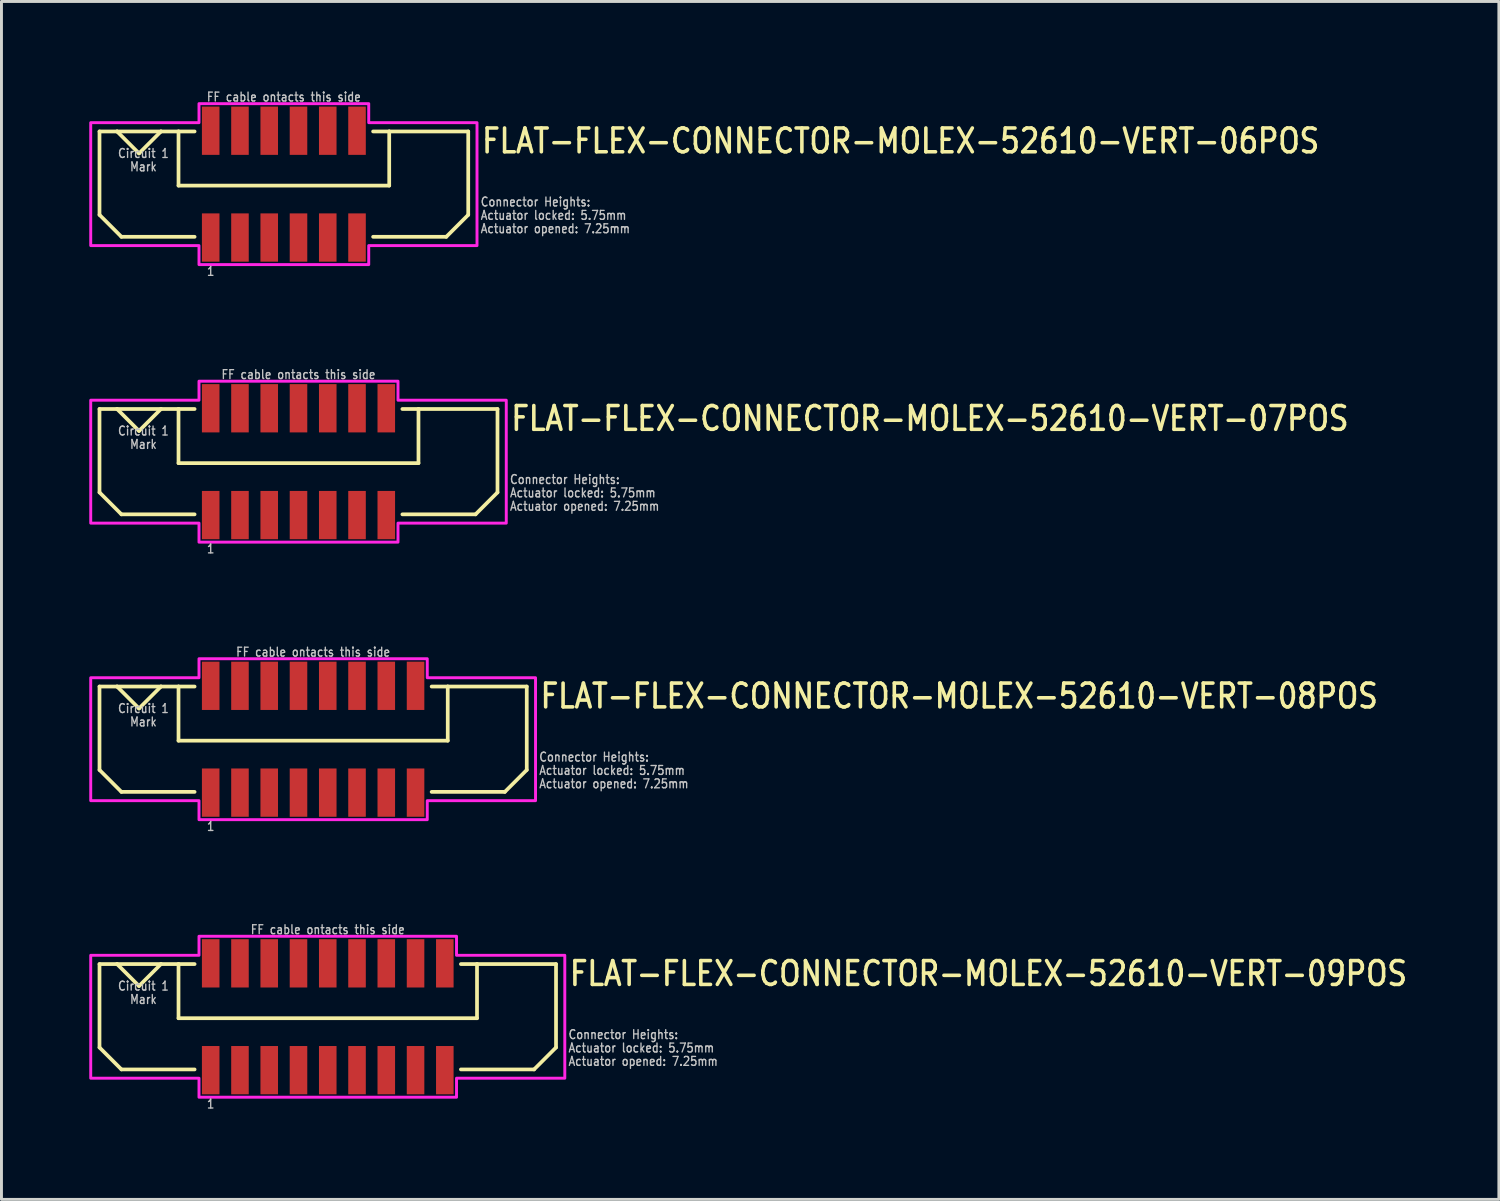
<source format=kicad_pcb>
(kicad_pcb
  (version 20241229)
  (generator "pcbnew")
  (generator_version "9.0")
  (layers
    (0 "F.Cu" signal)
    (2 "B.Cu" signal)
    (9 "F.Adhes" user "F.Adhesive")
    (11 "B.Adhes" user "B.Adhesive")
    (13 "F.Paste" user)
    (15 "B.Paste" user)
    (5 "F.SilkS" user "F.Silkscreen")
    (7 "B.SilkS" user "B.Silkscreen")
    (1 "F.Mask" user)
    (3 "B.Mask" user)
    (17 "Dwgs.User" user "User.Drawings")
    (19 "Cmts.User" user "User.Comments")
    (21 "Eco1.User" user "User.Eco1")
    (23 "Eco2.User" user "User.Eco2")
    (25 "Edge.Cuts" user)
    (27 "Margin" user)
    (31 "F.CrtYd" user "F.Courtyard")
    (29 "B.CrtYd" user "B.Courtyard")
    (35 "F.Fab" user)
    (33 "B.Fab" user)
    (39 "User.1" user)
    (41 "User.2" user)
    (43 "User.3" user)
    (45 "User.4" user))
  (footprint "FLAT-FLEX-CONNECTOR-MOLEX-52610-VERT-06POS"
    (layer "F.Cu")
    (at 6.65 3.242)
    (property "Reference" "FLAT-FLEX-CONNECTOR-MOLEX-52610-VERT-06POS" (at 6.7 -1 0) (unlocked yes) (layer "F.SilkS") (effects (font (size 0.813 0.695) (thickness 0.122)) (justify left bottom)))
    (fp_line (start -6.3 -1.8) (end -6.3 1.05) (stroke (width 0.127) (type solid)) (layer "F.SilkS"))
    (fp_line (start -6.3 1.05) (end -5.55 1.8) (stroke (width 0.127) (type solid)) (layer "F.SilkS"))
    (fp_line (start -5.7 -1.8) (end -6.3 -1.8) (stroke (width 0.127) (type solid)) (layer "F.SilkS"))
    (fp_line (start -5.7 -1.8) (end -4.95 -1.05) (stroke (width 0.127) (type solid)) (layer "F.SilkS"))
    (fp_line (start -5.55 1.8) (end -3.05 1.8) (stroke (width 0.127) (type solid)) (layer "F.SilkS"))
    (fp_line (start -4.95 -1.05) (end -4.2 -1.8) (stroke (width 0.127) (type solid)) (layer "F.SilkS"))
    (fp_line (start -4.2 -1.8) (end -5.7 -1.8) (stroke (width 0.127) (type solid)) (layer "F.SilkS"))
    (fp_line (start -3.6 -1.8) (end -4.2 -1.8) (stroke (width 0.127) (type solid)) (layer "F.SilkS"))
    (fp_line (start -3.6 -1.8) (end -3.6 0.05) (stroke (width 0.127) (type solid)) (layer "F.SilkS"))
    (fp_line (start -3.6 0.05) (end 3.6 0.05) (stroke (width 0.127) (type solid)) (layer "F.SilkS"))
    (fp_line (start -3.05 -1.8) (end -3.6 -1.8) (stroke (width 0.127) (type solid)) (layer "F.SilkS"))
    (fp_line (start 3.05 -1.8) (end 3.6 -1.8) (stroke (width 0.127) (type solid)) (layer "F.SilkS"))
    (fp_line (start 3.6 -1.8) (end 6.3 -1.8) (stroke (width 0.127) (type solid)) (layer "F.SilkS"))
    (fp_line (start 3.6 0.05) (end 3.6 -1.8) (stroke (width 0.127) (type solid)) (layer "F.SilkS"))
    (fp_line (start 5.55 1.8) (end 3.05 1.8) (stroke (width 0.127) (type solid)) (layer "F.SilkS"))
    (fp_line (start 6.3 -1.8) (end 6.3 1.05) (stroke (width 0.127) (type solid)) (layer "F.SilkS"))
    (fp_line (start 6.3 1.05) (end 5.55 1.8) (stroke (width 0.127) (type solid)) (layer "F.SilkS"))
    (fp_poly (pts (xy -6.6 -2.1) (xy -2.9 -2.1) (xy -2.9 -2.75) (xy 2.9 -2.75) (xy 2.9 -2.1) (xy 6.6 -2.1) (xy 6.6 2.1) (xy 2.9 2.1) (xy 2.9 2.75) (xy -2.9 2.75) (xy -2.9 2.1) (xy -6.6 2.1)) (stroke (width 0.1) (type solid)) (fill no) (layer "F.CrtYd"))
    (fp_text user "1" (at -2.5 2.8 0) (unlocked yes) (layer "Dwgs.User") (effects (font (size 0.305 0.261) (thickness 0.046)) (justify top)))
    (fp_text user "Actuator opened: 7.25mm" (at 6.7 1.7 0) (unlocked yes) (layer "Dwgs.User") (effects (font (size 0.305 0.261) (thickness 0.046)) (justify left bottom)))
    (fp_text user "Circuit 1" (at -4.8 -1.229 0) (unlocked yes) (layer "Dwgs.User") (effects (font (size 0.305 0.261) (thickness 0.046)) (justify top)))
    (fp_text user "Mark" (at -4.8 -0.771 0) (unlocked yes) (layer "Dwgs.User") (effects (font (size 0.305 0.261) (thickness 0.046)) (justify top)))
    (fp_text user "Connector Heights:" (at 6.7 0.786 0) (unlocked yes) (layer "Dwgs.User") (effects (font (size 0.305 0.261) (thickness 0.046)) (justify left bottom)))
    (fp_text user "Actuator locked: 5.75mm" (at 6.7 1.243 0) (unlocked yes) (layer "Dwgs.User") (effects (font (size 0.305 0.261) (thickness 0.046)) (justify left bottom)))
    (fp_text user "FF cable ontacts this side" (at 0 -2.8 0) (unlocked yes) (layer "Dwgs.User") (effects (font (size 0.305 0.261) (thickness 0.046)) (justify bottom)))
    (pad "PC1" smd rect (at -2.5 -1.825) (size 0.6 1.65) (layers "F.Cu" "F.Mask" "F.Paste"))
    (pad "PC2" smd rect (at -1.5 -1.825) (size 0.6 1.65) (layers "F.Cu" "F.Mask" "F.Paste"))
    (pad "PC3" smd rect (at -0.5 -1.825) (size 0.6 1.65) (layers "F.Cu" "F.Mask" "F.Paste"))
    (pad "PC4" smd rect (at 0.5 -1.825) (size 0.6 1.65) (layers "F.Cu" "F.Mask" "F.Paste"))
    (pad "PC5" smd rect (at 1.5 -1.825) (size 0.6 1.65) (layers "F.Cu" "F.Mask" "F.Paste"))
    (pad "PC6" smd rect (at 2.5 -1.825) (size 0.6 1.65) (layers "F.Cu" "F.Mask" "F.Paste"))
    (pad "PS1" smd rect (at -2.5 1.825) (size 0.6 1.65) (layers "F.Cu" "F.Mask" "F.Paste"))
    (pad "PS2" smd rect (at -1.5 1.825) (size 0.6 1.65) (layers "F.Cu" "F.Mask" "F.Paste"))
    (pad "PS3" smd rect (at -0.5 1.825) (size 0.6 1.65) (layers "F.Cu" "F.Mask" "F.Paste"))
    (pad "PS4" smd rect (at 0.5 1.825) (size 0.6 1.65) (layers "F.Cu" "F.Mask" "F.Paste"))
    (pad "PS5" smd rect (at 1.5 1.825) (size 0.6 1.65) (layers "F.Cu" "F.Mask" "F.Paste"))
    (pad "PS6" smd rect (at 2.5 1.825) (size 0.6 1.65) (layers "F.Cu" "F.Mask" "F.Paste")))
  (footprint "FLAT-FLEX-CONNECTOR-MOLEX-52610-VERT-08POS"
    (layer "F.Cu")
    (at 7.65 22.21)
    (property "Reference" "FLAT-FLEX-CONNECTOR-MOLEX-52610-VERT-08POS" (at 7.7 -1 0) (unlocked yes) (layer "F.SilkS") (effects (font (size 0.813 0.695) (thickness 0.122)) (justify left bottom)))
    (fp_line (start -7.3 -1.8) (end -7.3 1.05) (stroke (width 0.127) (type solid)) (layer "F.SilkS"))
    (fp_line (start -7.3 1.05) (end -6.55 1.8) (stroke (width 0.127) (type solid)) (layer "F.SilkS"))
    (fp_line (start -6.7 -1.8) (end -7.3 -1.8) (stroke (width 0.127) (type solid)) (layer "F.SilkS"))
    (fp_line (start -6.7 -1.8) (end -5.95 -1.05) (stroke (width 0.127) (type solid)) (layer "F.SilkS"))
    (fp_line (start -6.55 1.8) (end -4.05 1.8) (stroke (width 0.127) (type solid)) (layer "F.SilkS"))
    (fp_line (start -5.95 -1.05) (end -5.2 -1.8) (stroke (width 0.127) (type solid)) (layer "F.SilkS"))
    (fp_line (start -5.2 -1.8) (end -6.7 -1.8) (stroke (width 0.127) (type solid)) (layer "F.SilkS"))
    (fp_line (start -4.6 -1.8) (end -5.2 -1.8) (stroke (width 0.127) (type solid)) (layer "F.SilkS"))
    (fp_line (start -4.6 -1.8) (end -4.6 0.05) (stroke (width 0.127) (type solid)) (layer "F.SilkS"))
    (fp_line (start -4.6 0.05) (end 4.6 0.05) (stroke (width 0.127) (type solid)) (layer "F.SilkS"))
    (fp_line (start -4.05 -1.8) (end -4.6 -1.8) (stroke (width 0.127) (type solid)) (layer "F.SilkS"))
    (fp_line (start 4.05 -1.8) (end 4.6 -1.8) (stroke (width 0.127) (type solid)) (layer "F.SilkS"))
    (fp_line (start 4.6 -1.8) (end 7.3 -1.8) (stroke (width 0.127) (type solid)) (layer "F.SilkS"))
    (fp_line (start 4.6 0.05) (end 4.6 -1.8) (stroke (width 0.127) (type solid)) (layer "F.SilkS"))
    (fp_line (start 6.55 1.8) (end 4.05 1.8) (stroke (width 0.127) (type solid)) (layer "F.SilkS"))
    (fp_line (start 7.3 -1.8) (end 7.3 1.05) (stroke (width 0.127) (type solid)) (layer "F.SilkS"))
    (fp_line (start 7.3 1.05) (end 6.55 1.8) (stroke (width 0.127) (type solid)) (layer "F.SilkS"))
    (fp_poly (pts (xy -7.6 -2.1) (xy -3.9 -2.1) (xy -3.9 -2.75) (xy 3.9 -2.75) (xy 3.9 -2.1) (xy 7.6 -2.1) (xy 7.6 2.1) (xy 3.9 2.1) (xy 3.9 2.75) (xy -3.9 2.75) (xy -3.9 2.1) (xy -7.6 2.1)) (stroke (width 0.1) (type solid)) (fill no) (layer "F.CrtYd"))
    (fp_text user "1" (at -3.5 2.8 0) (unlocked yes) (layer "Dwgs.User") (effects (font (size 0.305 0.261) (thickness 0.046)) (justify top)))
    (fp_text user "Actuator opened: 7.25mm" (at 7.7 1.7 0) (unlocked yes) (layer "Dwgs.User") (effects (font (size 0.305 0.261) (thickness 0.046)) (justify left bottom)))
    (fp_text user "Connector Heights:" (at 7.7 0.786 0) (unlocked yes) (layer "Dwgs.User") (effects (font (size 0.305 0.261) (thickness 0.046)) (justify left bottom)))
    (fp_text user "Actuator locked: 5.75mm" (at 7.7 1.243 0) (unlocked yes) (layer "Dwgs.User") (effects (font (size 0.305 0.261) (thickness 0.046)) (justify left bottom)))
    (fp_text user "Mark" (at -5.8 -0.771 0) (unlocked yes) (layer "Dwgs.User") (effects (font (size 0.305 0.261) (thickness 0.046)) (justify top)))
    (fp_text user "Circuit 1" (at -5.8 -1.229 0) (unlocked yes) (layer "Dwgs.User") (effects (font (size 0.305 0.261) (thickness 0.046)) (justify top)))
    (fp_text user "FF cable ontacts this side" (at 0 -2.8 0) (unlocked yes) (layer "Dwgs.User") (effects (font (size 0.305 0.261) (thickness 0.046)) (justify bottom)))
    (pad "PC1" smd rect (at -3.5 -1.825) (size 0.6 1.65) (layers "F.Cu" "F.Mask" "F.Paste"))
    (pad "PC2" smd rect (at -2.5 -1.825) (size 0.6 1.65) (layers "F.Cu" "F.Mask" "F.Paste"))
    (pad "PC3" smd rect (at -1.5 -1.825) (size 0.6 1.65) (layers "F.Cu" "F.Mask" "F.Paste"))
    (pad "PC4" smd rect (at -0.5 -1.825) (size 0.6 1.65) (layers "F.Cu" "F.Mask" "F.Paste"))
    (pad "PC5" smd rect (at 0.5 -1.825) (size 0.6 1.65) (layers "F.Cu" "F.Mask" "F.Paste"))
    (pad "PC6" smd rect (at 1.5 -1.825) (size 0.6 1.65) (layers "F.Cu" "F.Mask" "F.Paste"))
    (pad "PC7" smd rect (at 2.5 -1.825) (size 0.6 1.65) (layers "F.Cu" "F.Mask" "F.Paste"))
    (pad "PC8" smd rect (at 3.5 -1.825) (size 0.6 1.65) (layers "F.Cu" "F.Mask" "F.Paste"))
    (pad "PS1" smd rect (at -3.5 1.825) (size 0.6 1.65) (layers "F.Cu" "F.Mask" "F.Paste"))
    (pad "PS2" smd rect (at -2.5 1.825) (size 0.6 1.65) (layers "F.Cu" "F.Mask" "F.Paste"))
    (pad "PS3" smd rect (at -1.5 1.825) (size 0.6 1.65) (layers "F.Cu" "F.Mask" "F.Paste"))
    (pad "PS4" smd rect (at -0.5 1.825) (size 0.6 1.65) (layers "F.Cu" "F.Mask" "F.Paste"))
    (pad "PS5" smd rect (at 0.5 1.825) (size 0.6 1.65) (layers "F.Cu" "F.Mask" "F.Paste"))
    (pad "PS6" smd rect (at 1.5 1.825) (size 0.6 1.65) (layers "F.Cu" "F.Mask" "F.Paste"))
    (pad "PS7" smd rect (at 2.5 1.825) (size 0.6 1.65) (layers "F.Cu" "F.Mask" "F.Paste"))
    (pad "PS8" smd rect (at 3.5 1.825) (size 0.6 1.65) (layers "F.Cu" "F.Mask" "F.Paste")))
  (footprint "FLAT-FLEX-CONNECTOR-MOLEX-52610-VERT-09POS"
    (layer "F.Cu")
    (at 8.15 31.694)
    (property "Reference" "FLAT-FLEX-CONNECTOR-MOLEX-52610-VERT-09POS" (at 8.2 -1 0) (unlocked yes) (layer "F.SilkS") (effects (font (size 0.813 0.695) (thickness 0.122)) (justify left bottom)))
    (fp_line (start -7.8 -1.8) (end -7.8 1.05) (stroke (width 0.127) (type solid)) (layer "F.SilkS"))
    (fp_line (start -7.8 1.05) (end -7.05 1.8) (stroke (width 0.127) (type solid)) (layer "F.SilkS"))
    (fp_line (start -7.2 -1.8) (end -7.8 -1.8) (stroke (width 0.127) (type solid)) (layer "F.SilkS"))
    (fp_line (start -7.2 -1.8) (end -6.45 -1.05) (stroke (width 0.127) (type solid)) (layer "F.SilkS"))
    (fp_line (start -7.05 1.8) (end -4.55 1.8) (stroke (width 0.127) (type solid)) (layer "F.SilkS"))
    (fp_line (start -6.45 -1.05) (end -5.7 -1.8) (stroke (width 0.127) (type solid)) (layer "F.SilkS"))
    (fp_line (start -5.7 -1.8) (end -7.2 -1.8) (stroke (width 0.127) (type solid)) (layer "F.SilkS"))
    (fp_line (start -5.1 -1.8) (end -5.7 -1.8) (stroke (width 0.127) (type solid)) (layer "F.SilkS"))
    (fp_line (start -5.1 -1.8) (end -5.1 0.05) (stroke (width 0.127) (type solid)) (layer "F.SilkS"))
    (fp_line (start -5.1 0.05) (end 5.1 0.05) (stroke (width 0.127) (type solid)) (layer "F.SilkS"))
    (fp_line (start -4.55 -1.8) (end -5.1 -1.8) (stroke (width 0.127) (type solid)) (layer "F.SilkS"))
    (fp_line (start 4.55 -1.8) (end 5.1 -1.8) (stroke (width 0.127) (type solid)) (layer "F.SilkS"))
    (fp_line (start 5.1 -1.8) (end 7.8 -1.8) (stroke (width 0.127) (type solid)) (layer "F.SilkS"))
    (fp_line (start 5.1 0.05) (end 5.1 -1.8) (stroke (width 0.127) (type solid)) (layer "F.SilkS"))
    (fp_line (start 7.05 1.8) (end 4.55 1.8) (stroke (width 0.127) (type solid)) (layer "F.SilkS"))
    (fp_line (start 7.8 -1.8) (end 7.8 1.05) (stroke (width 0.127) (type solid)) (layer "F.SilkS"))
    (fp_line (start 7.8 1.05) (end 7.05 1.8) (stroke (width 0.127) (type solid)) (layer "F.SilkS"))
    (fp_poly (pts (xy -8.1 -2.1) (xy -4.4 -2.1) (xy -4.4 -2.75) (xy 4.4 -2.75) (xy 4.4 -2.1) (xy 8.1 -2.1) (xy 8.1 2.1) (xy 4.4 2.1) (xy 4.4 2.75) (xy -4.4 2.75) (xy -4.4 2.1) (xy -8.1 2.1)) (stroke (width 0.1) (type solid)) (fill no) (layer "F.CrtYd"))
    (fp_text user "Mark" (at -6.3 -0.771 0) (unlocked yes) (layer "Dwgs.User") (effects (font (size 0.305 0.261) (thickness 0.046)) (justify top)))
    (fp_text user "FF cable ontacts this side" (at 0 -2.8 0) (unlocked yes) (layer "Dwgs.User") (effects (font (size 0.305 0.261) (thickness 0.046)) (justify bottom)))
    (fp_text user "Actuator opened: 7.25mm" (at 8.2 1.7 0) (unlocked yes) (layer "Dwgs.User") (effects (font (size 0.305 0.261) (thickness 0.046)) (justify left bottom)))
    (fp_text user "Actuator locked: 5.75mm" (at 8.2 1.243 0) (unlocked yes) (layer "Dwgs.User") (effects (font (size 0.305 0.261) (thickness 0.046)) (justify left bottom)))
    (fp_text user "1" (at -4 2.8 0) (unlocked yes) (layer "Dwgs.User") (effects (font (size 0.305 0.261) (thickness 0.046)) (justify top)))
    (fp_text user "Connector Heights:" (at 8.2 0.786 0) (unlocked yes) (layer "Dwgs.User") (effects (font (size 0.305 0.261) (thickness 0.046)) (justify left bottom)))
    (fp_text user "Circuit 1" (at -6.3 -1.229 0) (unlocked yes) (layer "Dwgs.User") (effects (font (size 0.305 0.261) (thickness 0.046)) (justify top)))
    (pad "PC1" smd rect (at -4 -1.825) (size 0.6 1.65) (layers "F.Cu" "F.Mask" "F.Paste"))
    (pad "PC2" smd rect (at -3 -1.825) (size 0.6 1.65) (layers "F.Cu" "F.Mask" "F.Paste"))
    (pad "PC3" smd rect (at -2 -1.825) (size 0.6 1.65) (layers "F.Cu" "F.Mask" "F.Paste"))
    (pad "PC4" smd rect (at -1 -1.825) (size 0.6 1.65) (layers "F.Cu" "F.Mask" "F.Paste"))
    (pad "PC5" smd rect (at 0 -1.825) (size 0.6 1.65) (layers "F.Cu" "F.Mask" "F.Paste"))
    (pad "PC6" smd rect (at 1 -1.825) (size 0.6 1.65) (layers "F.Cu" "F.Mask" "F.Paste"))
    (pad "PC7" smd rect (at 2 -1.825) (size 0.6 1.65) (layers "F.Cu" "F.Mask" "F.Paste"))
    (pad "PC8" smd rect (at 3 -1.825) (size 0.6 1.65) (layers "F.Cu" "F.Mask" "F.Paste"))
    (pad "PC9" smd rect (at 4 -1.825) (size 0.6 1.65) (layers "F.Cu" "F.Mask" "F.Paste"))
    (pad "PS1" smd rect (at -4 1.825) (size 0.6 1.65) (layers "F.Cu" "F.Mask" "F.Paste"))
    (pad "PS2" smd rect (at -3 1.825) (size 0.6 1.65) (layers "F.Cu" "F.Mask" "F.Paste"))
    (pad "PS3" smd rect (at -2 1.825) (size 0.6 1.65) (layers "F.Cu" "F.Mask" "F.Paste"))
    (pad "PS4" smd rect (at -1 1.825) (size 0.6 1.65) (layers "F.Cu" "F.Mask" "F.Paste"))
    (pad "PS5" smd rect (at 0 1.825) (size 0.6 1.65) (layers "F.Cu" "F.Mask" "F.Paste"))
    (pad "PS6" smd rect (at 1 1.825) (size 0.6 1.65) (layers "F.Cu" "F.Mask" "F.Paste"))
    (pad "PS7" smd rect (at 2 1.825) (size 0.6 1.65) (layers "F.Cu" "F.Mask" "F.Paste"))
    (pad "PS8" smd rect (at 3 1.825) (size 0.6 1.65) (layers "F.Cu" "F.Mask" "F.Paste"))
    (pad "PS9" smd rect (at 4 1.825) (size 0.6 1.65) (layers "F.Cu" "F.Mask" "F.Paste")))
  (footprint "FLAT-FLEX-CONNECTOR-MOLEX-52610-VERT-07POS"
    (layer "F.Cu")
    (at 7.15 12.726)
    (property "Reference" "FLAT-FLEX-CONNECTOR-MOLEX-52610-VERT-07POS" (at 7.2 -1 0) (unlocked yes) (layer "F.SilkS") (effects (font (size 0.813 0.695) (thickness 0.122)) (justify left bottom)))
    (fp_line (start -6.8 -1.8) (end -6.8 1.05) (stroke (width 0.127) (type solid)) (layer "F.SilkS"))
    (fp_line (start -6.8 1.05) (end -6.05 1.8) (stroke (width 0.127) (type solid)) (layer "F.SilkS"))
    (fp_line (start -6.2 -1.8) (end -6.8 -1.8) (stroke (width 0.127) (type solid)) (layer "F.SilkS"))
    (fp_line (start -6.2 -1.8) (end -5.45 -1.05) (stroke (width 0.127) (type solid)) (layer "F.SilkS"))
    (fp_line (start -6.05 1.8) (end -3.55 1.8) (stroke (width 0.127) (type solid)) (layer "F.SilkS"))
    (fp_line (start -5.45 -1.05) (end -4.7 -1.8) (stroke (width 0.127) (type solid)) (layer "F.SilkS"))
    (fp_line (start -4.7 -1.8) (end -6.2 -1.8) (stroke (width 0.127) (type solid)) (layer "F.SilkS"))
    (fp_line (start -4.1 -1.8) (end -4.7 -1.8) (stroke (width 0.127) (type solid)) (layer "F.SilkS"))
    (fp_line (start -4.1 -1.8) (end -4.1 0.05) (stroke (width 0.127) (type solid)) (layer "F.SilkS"))
    (fp_line (start -4.1 0.05) (end 4.1 0.05) (stroke (width 0.127) (type solid)) (layer "F.SilkS"))
    (fp_line (start -3.55 -1.8) (end -4.1 -1.8) (stroke (width 0.127) (type solid)) (layer "F.SilkS"))
    (fp_line (start 3.55 -1.8) (end 4.1 -1.8) (stroke (width 0.127) (type solid)) (layer "F.SilkS"))
    (fp_line (start 4.1 -1.8) (end 6.8 -1.8) (stroke (width 0.127) (type solid)) (layer "F.SilkS"))
    (fp_line (start 4.1 0.05) (end 4.1 -1.8) (stroke (width 0.127) (type solid)) (layer "F.SilkS"))
    (fp_line (start 6.05 1.8) (end 3.55 1.8) (stroke (width 0.127) (type solid)) (layer "F.SilkS"))
    (fp_line (start 6.8 -1.8) (end 6.8 1.05) (stroke (width 0.127) (type solid)) (layer "F.SilkS"))
    (fp_line (start 6.8 1.05) (end 6.05 1.8) (stroke (width 0.127) (type solid)) (layer "F.SilkS"))
    (fp_poly (pts (xy -7.1 -2.1) (xy -3.4 -2.1) (xy -3.4 -2.75) (xy 3.4 -2.75) (xy 3.4 -2.1) (xy 7.1 -2.1) (xy 7.1 2.1) (xy 3.4 2.1) (xy 3.4 2.75) (xy -3.4 2.75) (xy -3.4 2.1) (xy -7.1 2.1)) (stroke (width 0.1) (type solid)) (fill no) (layer "F.CrtYd"))
    (fp_text user "Actuator locked: 5.75mm" (at 7.2 1.243 0) (unlocked yes) (layer "Dwgs.User") (effects (font (size 0.305 0.261) (thickness 0.046)) (justify left bottom)))
    (fp_text user "Actuator opened: 7.25mm" (at 7.2 1.7 0) (unlocked yes) (layer "Dwgs.User") (effects (font (size 0.305 0.261) (thickness 0.046)) (justify left bottom)))
    (fp_text user "FF cable ontacts this side" (at 0 -2.8 0) (unlocked yes) (layer "Dwgs.User") (effects (font (size 0.305 0.261) (thickness 0.046)) (justify bottom)))
    (fp_text user "Mark" (at -5.3 -0.771 0) (unlocked yes) (layer "Dwgs.User") (effects (font (size 0.305 0.261) (thickness 0.046)) (justify top)))
    (fp_text user "Connector Heights:" (at 7.2 0.786 0) (unlocked yes) (layer "Dwgs.User") (effects (font (size 0.305 0.261) (thickness 0.046)) (justify left bottom)))
    (fp_text user "Circuit 1" (at -5.3 -1.229 0) (unlocked yes) (layer "Dwgs.User") (effects (font (size 0.305 0.261) (thickness 0.046)) (justify top)))
    (fp_text user "1" (at -3 2.8 0) (unlocked yes) (layer "Dwgs.User") (effects (font (size 0.305 0.261) (thickness 0.046)) (justify top)))
    (pad "PC1" smd rect (at -3 -1.825) (size 0.6 1.65) (layers "F.Cu" "F.Mask" "F.Paste"))
    (pad "PC2" smd rect (at -2 -1.825) (size 0.6 1.65) (layers "F.Cu" "F.Mask" "F.Paste"))
    (pad "PC3" smd rect (at -1 -1.825) (size 0.6 1.65) (layers "F.Cu" "F.Mask" "F.Paste"))
    (pad "PC4" smd rect (at 0 -1.825) (size 0.6 1.65) (layers "F.Cu" "F.Mask" "F.Paste"))
    (pad "PC5" smd rect (at 1 -1.825) (size 0.6 1.65) (layers "F.Cu" "F.Mask" "F.Paste"))
    (pad "PC6" smd rect (at 2 -1.825) (size 0.6 1.65) (layers "F.Cu" "F.Mask" "F.Paste"))
    (pad "PC7" smd rect (at 3 -1.825) (size 0.6 1.65) (layers "F.Cu" "F.Mask" "F.Paste"))
    (pad "PS1" smd rect (at -3 1.825) (size 0.6 1.65) (layers "F.Cu" "F.Mask" "F.Paste"))
    (pad "PS2" smd rect (at -2 1.825) (size 0.6 1.65) (layers "F.Cu" "F.Mask" "F.Paste"))
    (pad "PS3" smd rect (at -1 1.825) (size 0.6 1.65) (layers "F.Cu" "F.Mask" "F.Paste"))
    (pad "PS4" smd rect (at 0 1.825) (size 0.6 1.65) (layers "F.Cu" "F.Mask" "F.Paste"))
    (pad "PS5" smd rect (at 1 1.825) (size 0.6 1.65) (layers "F.Cu" "F.Mask" "F.Paste"))
    (pad "PS6" smd rect (at 2 1.825) (size 0.6 1.65) (layers "F.Cu" "F.Mask" "F.Paste"))
    (pad "PS7" smd rect (at 3 1.825) (size 0.6 1.65) (layers "F.Cu" "F.Mask" "F.Paste")))
  (gr_rect
    (start -3 -3)
    (end 48.169 37.936)
    (stroke (width 0.1) (type default))
    (fill no)
    (layer "Edge.Cuts")))
</source>
